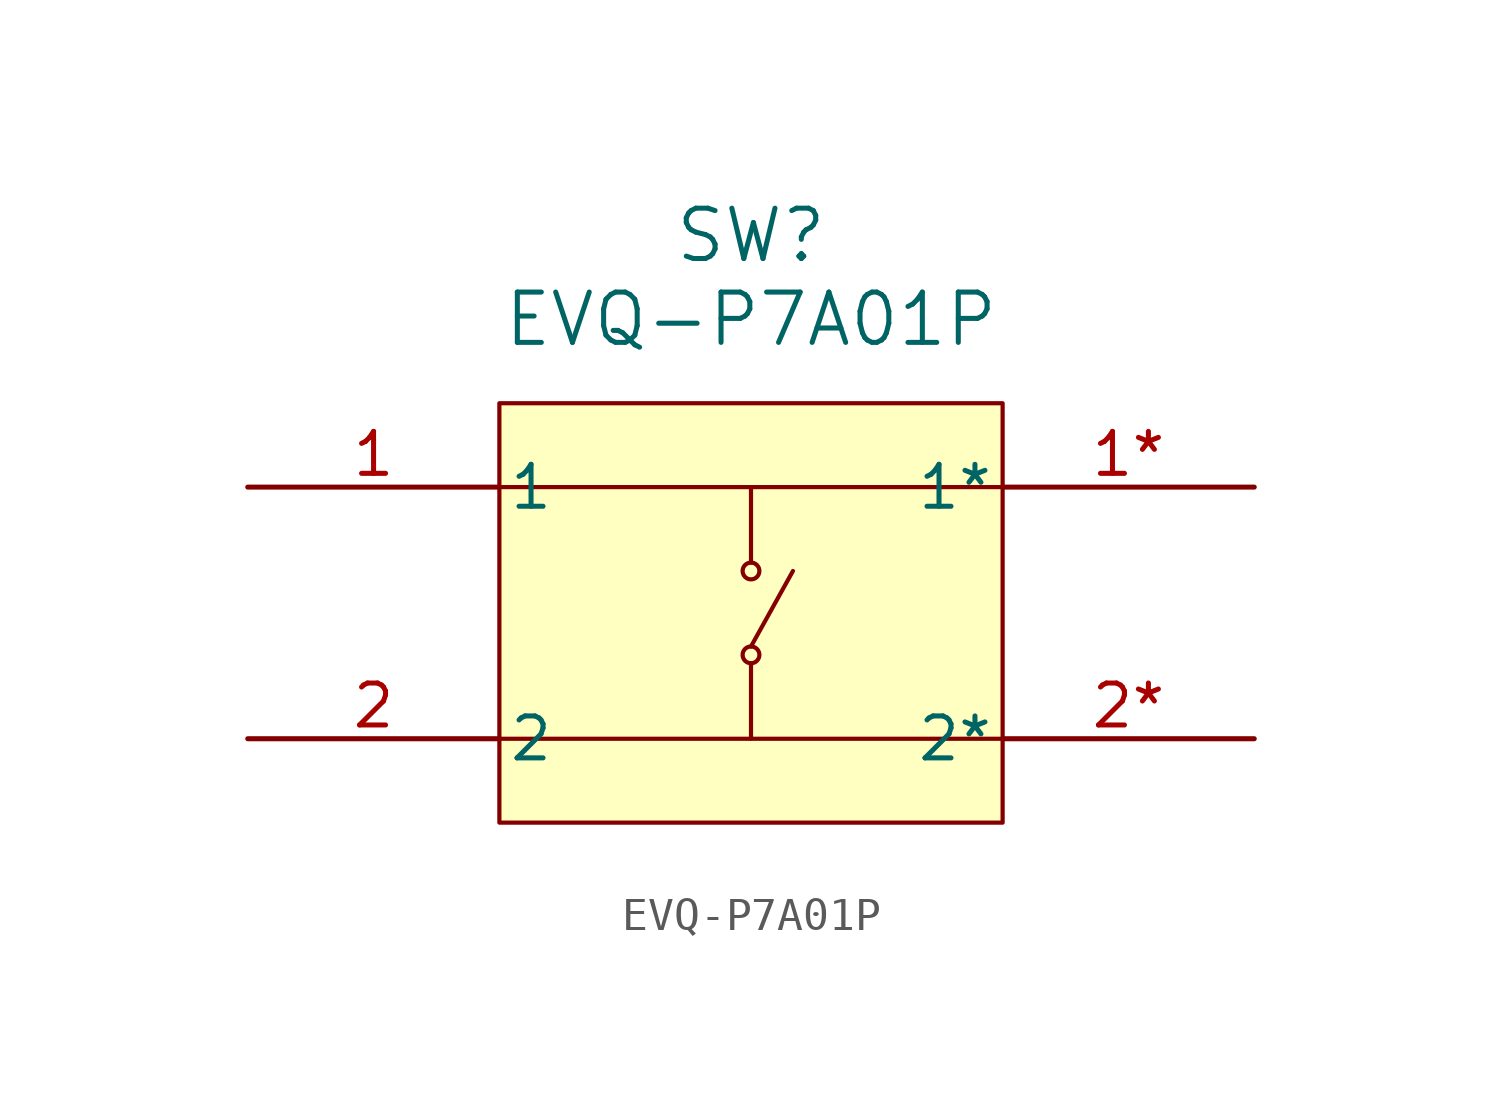
<source format=kicad_sym>
(kicad_symbol_lib
  (version 20220914)
  (generator kicad_symbol_editor)
  (symbol "EVQ-P7A01P"
    (pin_names
      (offset 0.254))
    (property "Reference" "SW"
      (at 20.32 7.62 0)
      (effects (font (size 1.524 1.524))))
    (property "Value" "EVQ-P7A01P"
      (at 20.32 5.08 0)
      (effects (font (size 1.524 1.524))))
    (property "ki_locked" ""
      (at 0 0 0)
      (effects (font (size 1.27 1.27))))
    (symbol "EVQ-P7A01P_0_1"
      (polyline (pts (xy 12.7 -7.62) (xy 27.94 -7.62)) (stroke (width 0.127) (type default)) (fill (type none)))
      (polyline (pts (xy 12.7 0) (xy 27.94 0)) (stroke (width 0.127) (type default)) (fill (type none)))
      (polyline (pts (xy 20.32 -7.62) (xy 20.32 -5.334)) (stroke (width 0.127) (type default)) (fill (type none)))
      (polyline (pts (xy 20.32 -4.826) (xy 21.59 -2.54)) (stroke (width 0.127) (type default)) (fill (type none)))
      (polyline (pts (xy 20.32 0) (xy 20.32 -2.286)) (stroke (width 0.127) (type default)) (fill (type none)))
      (circle (center 20.32 -5.08) (radius 0.254) (stroke (width 0.127) (type default)) (fill (type none)))
      (circle (center 20.32 -2.54) (radius 0.254) (stroke (width 0.127) (type default)) (fill (type none))))
    (symbol "EVQ-P7A01P_1_1"
      (rectangle (start 12.7 2.54) (end 27.94 -10.16) (stroke (width 0.127) (type default)) (fill (type background)))
      (pin passive line (at 5.08 0 0) (length 7.62) (name "1" (effects (font (size 1.27 1.27)))) (number "1" (effects (font (size 1.27 1.27)))))
      (pin passive line (at 35.56 0 180) (length 7.62) (name "1*" (effects (font (size 1.27 1.27)))) (number "1*" (effects (font (size 1.27 1.27)))))
      (pin passive line (at 5.08 -7.62 0) (length 7.62) (name "2" (effects (font (size 1.27 1.27)))) (number "2" (effects (font (size 1.27 1.27)))))
      (pin passive line (at 35.56 -7.62 180) (length 7.62) (name "2*" (effects (font (size 1.27 1.27)))) (number "2*" (effects (font (size 1.27 1.27))))))))
</source>
